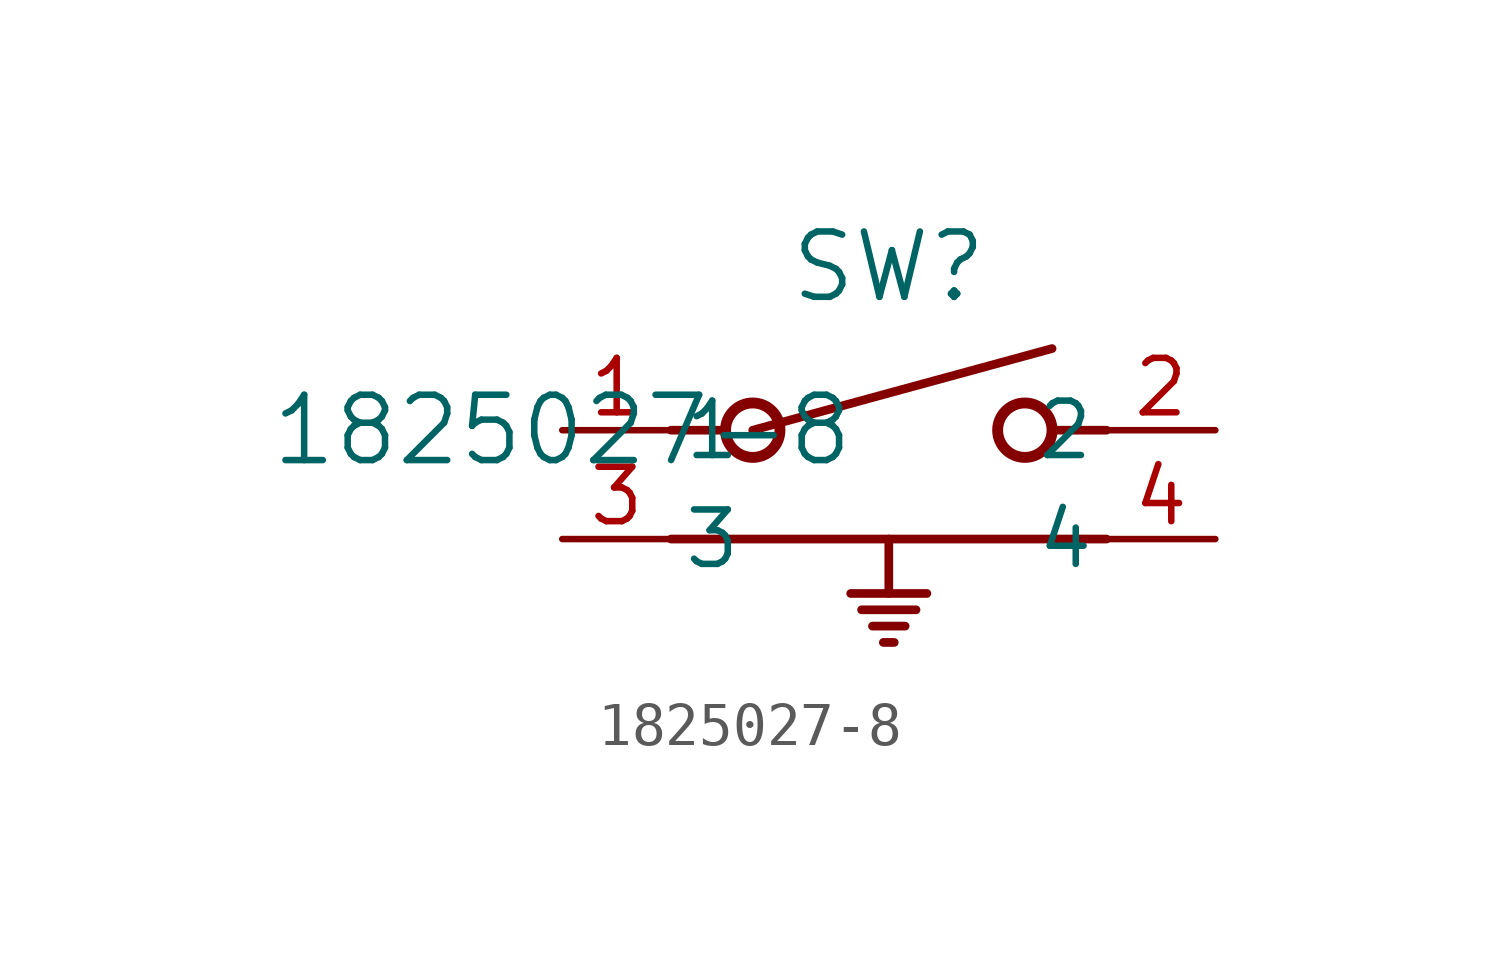
<source format=kicad_sym>
(kicad_symbol_lib
  (version 20211014)
  (generator kicad_symbol_editor)
  (symbol "1825027-8"
    (pin_names
      (offset 0.254))
    (property "Reference" "SW"
      (at 7.62 3.81 0)
      (effects (font (size 1.524 1.524))))
    (property "Value" "1825027-8"
      (at 0 0 0)
      (effects (font (size 1.524 1.524))))
    (symbol "1825027-8_0_1"
      (polyline (pts (xy 2.54 0) (xy 3.81 0)) (stroke (width 0.203) (type default) (color 0 0 0 0)) (fill (type none)))
      (circle (center 10.795 0) (radius 0.635) (stroke (width 0.254) (type default) (color 0 0 0 0)) (fill (type none)))
      (circle (center 4.445 0) (radius 0.635) (stroke (width 0.254) (type default) (color 0 0 0 0)) (fill (type none)))
      (polyline (pts (xy 12.7 0) (xy 11.43 0)) (stroke (width 0.203) (type default) (color 0 0 0 0)) (fill (type none)))
      (polyline (pts (xy 4.445 0) (xy 11.43 1.905)) (stroke (width 0.203) (type default) (color 0 0 0 0)) (fill (type none)))
      (polyline (pts (xy 2.54 -2.54) (xy 12.7 -2.54)) (stroke (width 0.203) (type default) (color 0 0 0 0)) (fill (type none)))
      (polyline (pts (xy 7.62 -2.54) (xy 7.62 -3.81)) (stroke (width 0.203) (type default) (color 0 0 0 0)) (fill (type none)))
      (polyline (pts (xy 6.731 -3.81) (xy 8.509 -3.81)) (stroke (width 0.203) (type default) (color 0 0 0 0)) (fill (type none)))
      (polyline (pts (xy 6.985 -4.191) (xy 8.255 -4.191)) (stroke (width 0.203) (type default) (color 0 0 0 0)) (fill (type none)))
      (polyline (pts (xy 7.239 -4.572) (xy 8.001 -4.572)) (stroke (width 0.203) (type default) (color 0 0 0 0)) (fill (type none)))
      (polyline (pts (xy 7.493 -4.953) (xy 7.747 -4.953)) (stroke (width 0.203) (type default) (color 0 0 0 0)) (fill (type none)))
      (pin unspecified line (at 0 0 0) (length 2.54) (name "1" (effects (font (size 1.27 1.27)))) (number "1" (effects (font (size 1.27 1.27)))))
      (pin unspecified line (at 15.24 0 180) (length 2.54) (name "2" (effects (font (size 1.27 1.27)))) (number "2" (effects (font (size 1.27 1.27)))))
      (pin unspecified line (at 0 -2.54 0) (length 2.54) (name "3" (effects (font (size 1.27 1.27)))) (number "3" (effects (font (size 1.27 1.27)))))
      (pin unspecified line (at 15.24 -2.54 180) (length 2.54) (name "4" (effects (font (size 1.27 1.27)))) (number "4" (effects (font (size 1.27 1.27))))))))
</source>
